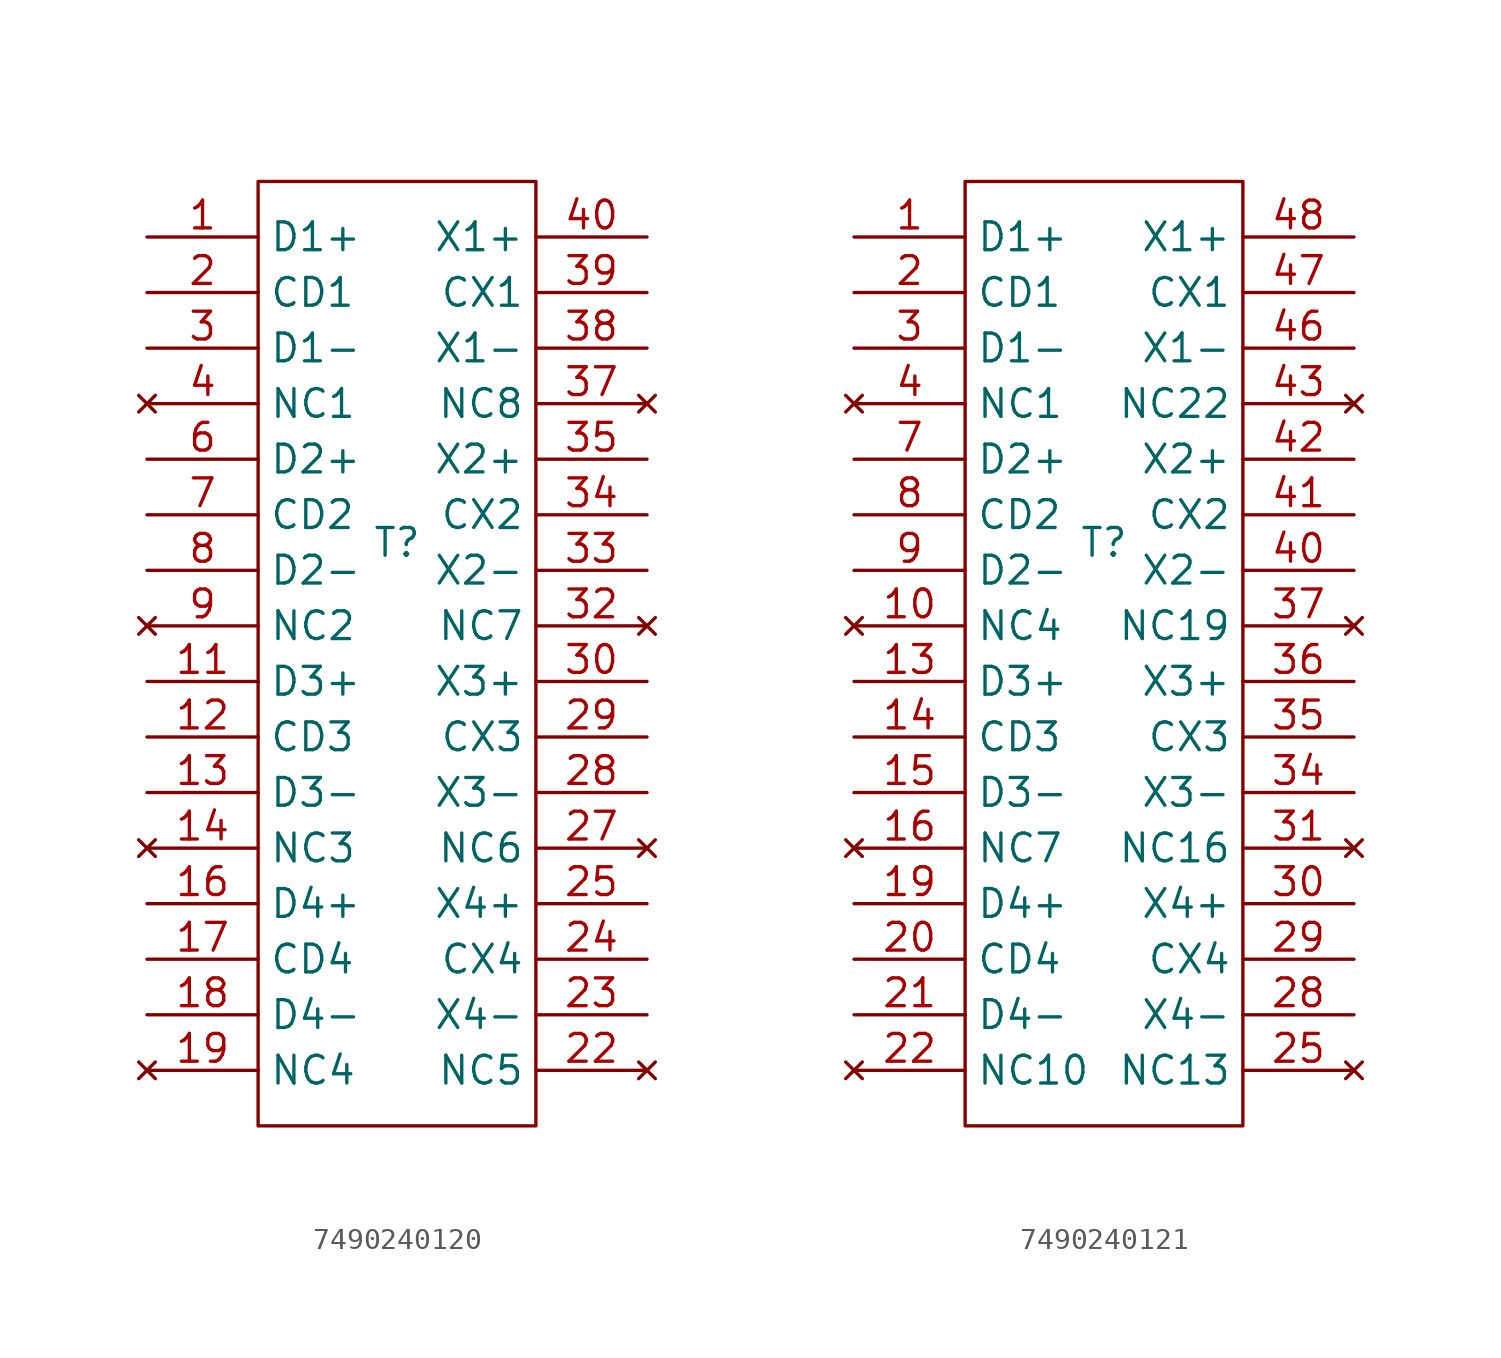
<source format=kicad_sym>
(kicad_symbol_lib
  (version 20220914)
  (generator kicad_symbol_editor)
  (symbol "7490240120"
    (property "Reference" "T"
      (at 0 5.08 0)
      (effects (font (size 1.27 1.27))))
    (property "Critical Parameter" ""
      (at 0 -5.08 0)
      (effects (font (size 1.27 1.27)) (justify left)))
    (symbol "7490240120_0_1"
      (rectangle (start -6.35 21.59) (end 6.35 -21.59) (stroke (width 0) (type default)) (fill (type none))))
    (symbol "7490240120_1_1"
      (pin passive line (at -11.43 19.05 0) (length 5.08) (name "D1+" (effects (font (size 1.27 1.27)))) (number "1" (effects (font (size 1.27 1.27)))))
      (pin passive line (at -11.43 -1.27 0) (length 5.08) (name "D3+" (effects (font (size 1.27 1.27)))) (number "11" (effects (font (size 1.27 1.27)))))
      (pin passive line (at -11.43 -3.81 0) (length 5.08) (name "CD3" (effects (font (size 1.27 1.27)))) (number "12" (effects (font (size 1.27 1.27)))))
      (pin passive line (at -11.43 -6.35 0) (length 5.08) (name "D3-" (effects (font (size 1.27 1.27)))) (number "13" (effects (font (size 1.27 1.27)))))
      (pin no_connect line (at -11.43 -8.89 0) (length 5.08) (name "NC3" (effects (font (size 1.27 1.27)))) (number "14" (effects (font (size 1.27 1.27)))))
      (pin passive line (at -11.43 -11.43 0) (length 5.08) (name "D4+" (effects (font (size 1.27 1.27)))) (number "16" (effects (font (size 1.27 1.27)))))
      (pin passive line (at -11.43 -13.97 0) (length 5.08) (name "CD4" (effects (font (size 1.27 1.27)))) (number "17" (effects (font (size 1.27 1.27)))))
      (pin passive line (at -11.43 -16.51 0) (length 5.08) (name "D4-" (effects (font (size 1.27 1.27)))) (number "18" (effects (font (size 1.27 1.27)))))
      (pin no_connect line (at -11.43 -19.05 0) (length 5.08) (name "NC4" (effects (font (size 1.27 1.27)))) (number "19" (effects (font (size 1.27 1.27)))))
      (pin passive line (at -11.43 16.51 0) (length 5.08) (name "CD1" (effects (font (size 1.27 1.27)))) (number "2" (effects (font (size 1.27 1.27)))))
      (pin no_connect line (at 11.43 -19.05 180) (length 5.08) (name "NC5" (effects (font (size 1.27 1.27)))) (number "22" (effects (font (size 1.27 1.27)))))
      (pin passive line (at 11.43 -16.51 180) (length 5.08) (name "X4-" (effects (font (size 1.27 1.27)))) (number "23" (effects (font (size 1.27 1.27)))))
      (pin passive line (at 11.43 -13.97 180) (length 5.08) (name "CX4" (effects (font (size 1.27 1.27)))) (number "24" (effects (font (size 1.27 1.27)))))
      (pin passive line (at 11.43 -11.43 180) (length 5.08) (name "X4+" (effects (font (size 1.27 1.27)))) (number "25" (effects (font (size 1.27 1.27)))))
      (pin no_connect line (at 11.43 -8.89 180) (length 5.08) (name "NC6" (effects (font (size 1.27 1.27)))) (number "27" (effects (font (size 1.27 1.27)))))
      (pin passive line (at 11.43 -6.35 180) (length 5.08) (name "X3-" (effects (font (size 1.27 1.27)))) (number "28" (effects (font (size 1.27 1.27)))))
      (pin passive line (at 11.43 -3.81 180) (length 5.08) (name "CX3" (effects (font (size 1.27 1.27)))) (number "29" (effects (font (size 1.27 1.27)))))
      (pin passive line (at -11.43 13.97 0) (length 5.08) (name "D1-" (effects (font (size 1.27 1.27)))) (number "3" (effects (font (size 1.27 1.27)))))
      (pin passive line (at 11.43 -1.27 180) (length 5.08) (name "X3+" (effects (font (size 1.27 1.27)))) (number "30" (effects (font (size 1.27 1.27)))))
      (pin no_connect line (at 11.43 1.27 180) (length 5.08) (name "NC7" (effects (font (size 1.27 1.27)))) (number "32" (effects (font (size 1.27 1.27)))))
      (pin passive line (at 11.43 3.81 180) (length 5.08) (name "X2-" (effects (font (size 1.27 1.27)))) (number "33" (effects (font (size 1.27 1.27)))))
      (pin passive line (at 11.43 6.35 180) (length 5.08) (name "CX2" (effects (font (size 1.27 1.27)))) (number "34" (effects (font (size 1.27 1.27)))))
      (pin passive line (at 11.43 8.89 180) (length 5.08) (name "X2+" (effects (font (size 1.27 1.27)))) (number "35" (effects (font (size 1.27 1.27)))))
      (pin no_connect line (at 11.43 11.43 180) (length 5.08) (name "NC8" (effects (font (size 1.27 1.27)))) (number "37" (effects (font (size 1.27 1.27)))))
      (pin passive line (at 11.43 13.97 180) (length 5.08) (name "X1-" (effects (font (size 1.27 1.27)))) (number "38" (effects (font (size 1.27 1.27)))))
      (pin passive line (at 11.43 16.51 180) (length 5.08) (name "CX1" (effects (font (size 1.27 1.27)))) (number "39" (effects (font (size 1.27 1.27)))))
      (pin no_connect line (at -11.43 11.43 0) (length 5.08) (name "NC1" (effects (font (size 1.27 1.27)))) (number "4" (effects (font (size 1.27 1.27)))))
      (pin passive line (at 11.43 19.05 180) (length 5.08) (name "X1+" (effects (font (size 1.27 1.27)))) (number "40" (effects (font (size 1.27 1.27)))))
      (pin passive line (at -11.43 8.89 0) (length 5.08) (name "D2+" (effects (font (size 1.27 1.27)))) (number "6" (effects (font (size 1.27 1.27)))))
      (pin passive line (at -11.43 6.35 0) (length 5.08) (name "CD2" (effects (font (size 1.27 1.27)))) (number "7" (effects (font (size 1.27 1.27)))))
      (pin passive line (at -11.43 3.81 0) (length 5.08) (name "D2-" (effects (font (size 1.27 1.27)))) (number "8" (effects (font (size 1.27 1.27)))))
      (pin no_connect line (at -11.43 1.27 0) (length 5.08) (name "NC2" (effects (font (size 1.27 1.27)))) (number "9" (effects (font (size 1.27 1.27)))))))
  (symbol "7490240121"
    (property "Reference" "T"
      (at 0 5.08 0)
      (effects (font (size 1.27 1.27))))
    (property "Critical Parameter" ""
      (at 0 -5.08 0)
      (effects (font (size 1.27 1.27)) (justify left)))
    (symbol "7490240121_0_1"
      (rectangle (start -6.35 21.59) (end 6.35 -21.59) (stroke (width 0) (type default)) (fill (type none))))
    (symbol "7490240121_1_1"
      (pin passive line (at -11.43 19.05 0) (length 5.08) (name "D1+" (effects (font (size 1.27 1.27)))) (number "1" (effects (font (size 1.27 1.27)))))
      (pin no_connect line (at -11.43 1.27 0) (length 5.08) (name "NC4" (effects (font (size 1.27 1.27)))) (number "10" (effects (font (size 1.27 1.27)))))
      (pin no_connect line (at -11.43 1.27 0) (length 5.08) hide (name "NC5" (effects (font (size 1.27 1.27)))) (number "11" (effects (font (size 1.27 1.27)))))
      (pin no_connect line (at -11.43 1.27 0) (length 5.08) hide (name "NC6" (effects (font (size 1.27 1.27)))) (number "12" (effects (font (size 1.27 1.27)))))
      (pin passive line (at -11.43 -1.27 0) (length 5.08) (name "D3+" (effects (font (size 1.27 1.27)))) (number "13" (effects (font (size 1.27 1.27)))))
      (pin passive line (at -11.43 -3.81 0) (length 5.08) (name "CD3" (effects (font (size 1.27 1.27)))) (number "14" (effects (font (size 1.27 1.27)))))
      (pin passive line (at -11.43 -6.35 0) (length 5.08) (name "D3-" (effects (font (size 1.27 1.27)))) (number "15" (effects (font (size 1.27 1.27)))))
      (pin no_connect line (at -11.43 -8.89 0) (length 5.08) (name "NC7" (effects (font (size 1.27 1.27)))) (number "16" (effects (font (size 1.27 1.27)))))
      (pin no_connect line (at -11.43 -8.89 0) (length 5.08) hide (name "NC8" (effects (font (size 1.27 1.27)))) (number "17" (effects (font (size 1.27 1.27)))))
      (pin no_connect line (at -11.43 -8.89 0) (length 5.08) hide (name "NC9" (effects (font (size 1.27 1.27)))) (number "18" (effects (font (size 1.27 1.27)))))
      (pin passive line (at -11.43 -11.43 0) (length 5.08) (name "D4+" (effects (font (size 1.27 1.27)))) (number "19" (effects (font (size 1.27 1.27)))))
      (pin passive line (at -11.43 16.51 0) (length 5.08) (name "CD1" (effects (font (size 1.27 1.27)))) (number "2" (effects (font (size 1.27 1.27)))))
      (pin passive line (at -11.43 -13.97 0) (length 5.08) (name "CD4" (effects (font (size 1.27 1.27)))) (number "20" (effects (font (size 1.27 1.27)))))
      (pin passive line (at -11.43 -16.51 0) (length 5.08) (name "D4-" (effects (font (size 1.27 1.27)))) (number "21" (effects (font (size 1.27 1.27)))))
      (pin no_connect line (at -11.43 -19.05 0) (length 5.08) (name "NC10" (effects (font (size 1.27 1.27)))) (number "22" (effects (font (size 1.27 1.27)))))
      (pin no_connect line (at -11.43 -19.05 0) (length 5.08) hide (name "NC11" (effects (font (size 1.27 1.27)))) (number "23" (effects (font (size 1.27 1.27)))))
      (pin no_connect line (at -11.43 -19.05 0) (length 5.08) hide (name "NC12" (effects (font (size 1.27 1.27)))) (number "24" (effects (font (size 1.27 1.27)))))
      (pin no_connect line (at 11.43 -19.05 180) (length 5.08) (name "NC13" (effects (font (size 1.27 1.27)))) (number "25" (effects (font (size 1.27 1.27)))))
      (pin no_connect line (at 11.43 -19.05 180) (length 5.08) hide (name "NC14" (effects (font (size 1.27 1.27)))) (number "26" (effects (font (size 1.27 1.27)))))
      (pin no_connect line (at 11.43 -19.05 180) (length 5.08) hide (name "NC15" (effects (font (size 1.27 1.27)))) (number "27" (effects (font (size 1.27 1.27)))))
      (pin passive line (at 11.43 -16.51 180) (length 5.08) (name "X4-" (effects (font (size 1.27 1.27)))) (number "28" (effects (font (size 1.27 1.27)))))
      (pin passive line (at 11.43 -13.97 180) (length 5.08) (name "CX4" (effects (font (size 1.27 1.27)))) (number "29" (effects (font (size 1.27 1.27)))))
      (pin passive line (at -11.43 13.97 0) (length 5.08) (name "D1-" (effects (font (size 1.27 1.27)))) (number "3" (effects (font (size 1.27 1.27)))))
      (pin passive line (at 11.43 -11.43 180) (length 5.08) (name "X4+" (effects (font (size 1.27 1.27)))) (number "30" (effects (font (size 1.27 1.27)))))
      (pin no_connect line (at 11.43 -8.89 180) (length 5.08) (name "NC16" (effects (font (size 1.27 1.27)))) (number "31" (effects (font (size 1.27 1.27)))))
      (pin no_connect line (at 11.43 -8.89 180) (length 5.08) hide (name "NC17" (effects (font (size 1.27 1.27)))) (number "32" (effects (font (size 1.27 1.27)))))
      (pin no_connect line (at 11.43 -8.89 180) (length 5.08) hide (name "NC18" (effects (font (size 1.27 1.27)))) (number "33" (effects (font (size 1.27 1.27)))))
      (pin passive line (at 11.43 -6.35 180) (length 5.08) (name "X3-" (effects (font (size 1.27 1.27)))) (number "34" (effects (font (size 1.27 1.27)))))
      (pin passive line (at 11.43 -3.81 180) (length 5.08) (name "CX3" (effects (font (size 1.27 1.27)))) (number "35" (effects (font (size 1.27 1.27)))))
      (pin passive line (at 11.43 -1.27 180) (length 5.08) (name "X3+" (effects (font (size 1.27 1.27)))) (number "36" (effects (font (size 1.27 1.27)))))
      (pin no_connect line (at 11.43 1.27 180) (length 5.08) (name "NC19" (effects (font (size 1.27 1.27)))) (number "37" (effects (font (size 1.27 1.27)))))
      (pin no_connect line (at 11.43 1.27 180) (length 5.08) hide (name "NC20" (effects (font (size 1.27 1.27)))) (number "38" (effects (font (size 1.27 1.27)))))
      (pin no_connect line (at 11.43 1.27 180) (length 5.08) hide (name "NC21" (effects (font (size 1.27 1.27)))) (number "39" (effects (font (size 1.27 1.27)))))
      (pin no_connect line (at -11.43 11.43 0) (length 5.08) (name "NC1" (effects (font (size 1.27 1.27)))) (number "4" (effects (font (size 1.27 1.27)))))
      (pin passive line (at 11.43 3.81 180) (length 5.08) (name "X2-" (effects (font (size 1.27 1.27)))) (number "40" (effects (font (size 1.27 1.27)))))
      (pin passive line (at 11.43 6.35 180) (length 5.08) (name "CX2" (effects (font (size 1.27 1.27)))) (number "41" (effects (font (size 1.27 1.27)))))
      (pin passive line (at 11.43 8.89 180) (length 5.08) (name "X2+" (effects (font (size 1.27 1.27)))) (number "42" (effects (font (size 1.27 1.27)))))
      (pin no_connect line (at 11.43 11.43 180) (length 5.08) (name "NC22" (effects (font (size 1.27 1.27)))) (number "43" (effects (font (size 1.27 1.27)))))
      (pin no_connect line (at 11.43 11.43 180) (length 5.08) hide (name "NC23" (effects (font (size 1.27 1.27)))) (number "44" (effects (font (size 1.27 1.27)))))
      (pin no_connect line (at 11.43 11.43 180) (length 5.08) hide (name "NC24" (effects (font (size 1.27 1.27)))) (number "45" (effects (font (size 1.27 1.27)))))
      (pin passive line (at 11.43 13.97 180) (length 5.08) (name "X1-" (effects (font (size 1.27 1.27)))) (number "46" (effects (font (size 1.27 1.27)))))
      (pin passive line (at 11.43 16.51 180) (length 5.08) (name "CX1" (effects (font (size 1.27 1.27)))) (number "47" (effects (font (size 1.27 1.27)))))
      (pin passive line (at 11.43 19.05 180) (length 5.08) (name "X1+" (effects (font (size 1.27 1.27)))) (number "48" (effects (font (size 1.27 1.27)))))
      (pin no_connect line (at -11.43 11.43 0) (length 5.08) hide (name "NC2" (effects (font (size 1.27 1.27)))) (number "5" (effects (font (size 1.27 1.27)))))
      (pin no_connect line (at -11.43 11.43 0) (length 5.08) hide (name "NC3" (effects (font (size 1.27 1.27)))) (number "6" (effects (font (size 1.27 1.27)))))
      (pin passive line (at -11.43 8.89 0) (length 5.08) (name "D2+" (effects (font (size 1.27 1.27)))) (number "7" (effects (font (size 1.27 1.27)))))
      (pin passive line (at -11.43 6.35 0) (length 5.08) (name "CD2" (effects (font (size 1.27 1.27)))) (number "8" (effects (font (size 1.27 1.27)))))
      (pin passive line (at -11.43 3.81 0) (length 5.08) (name "D2-" (effects (font (size 1.27 1.27)))) (number "9" (effects (font (size 1.27 1.27))))))))
</source>
